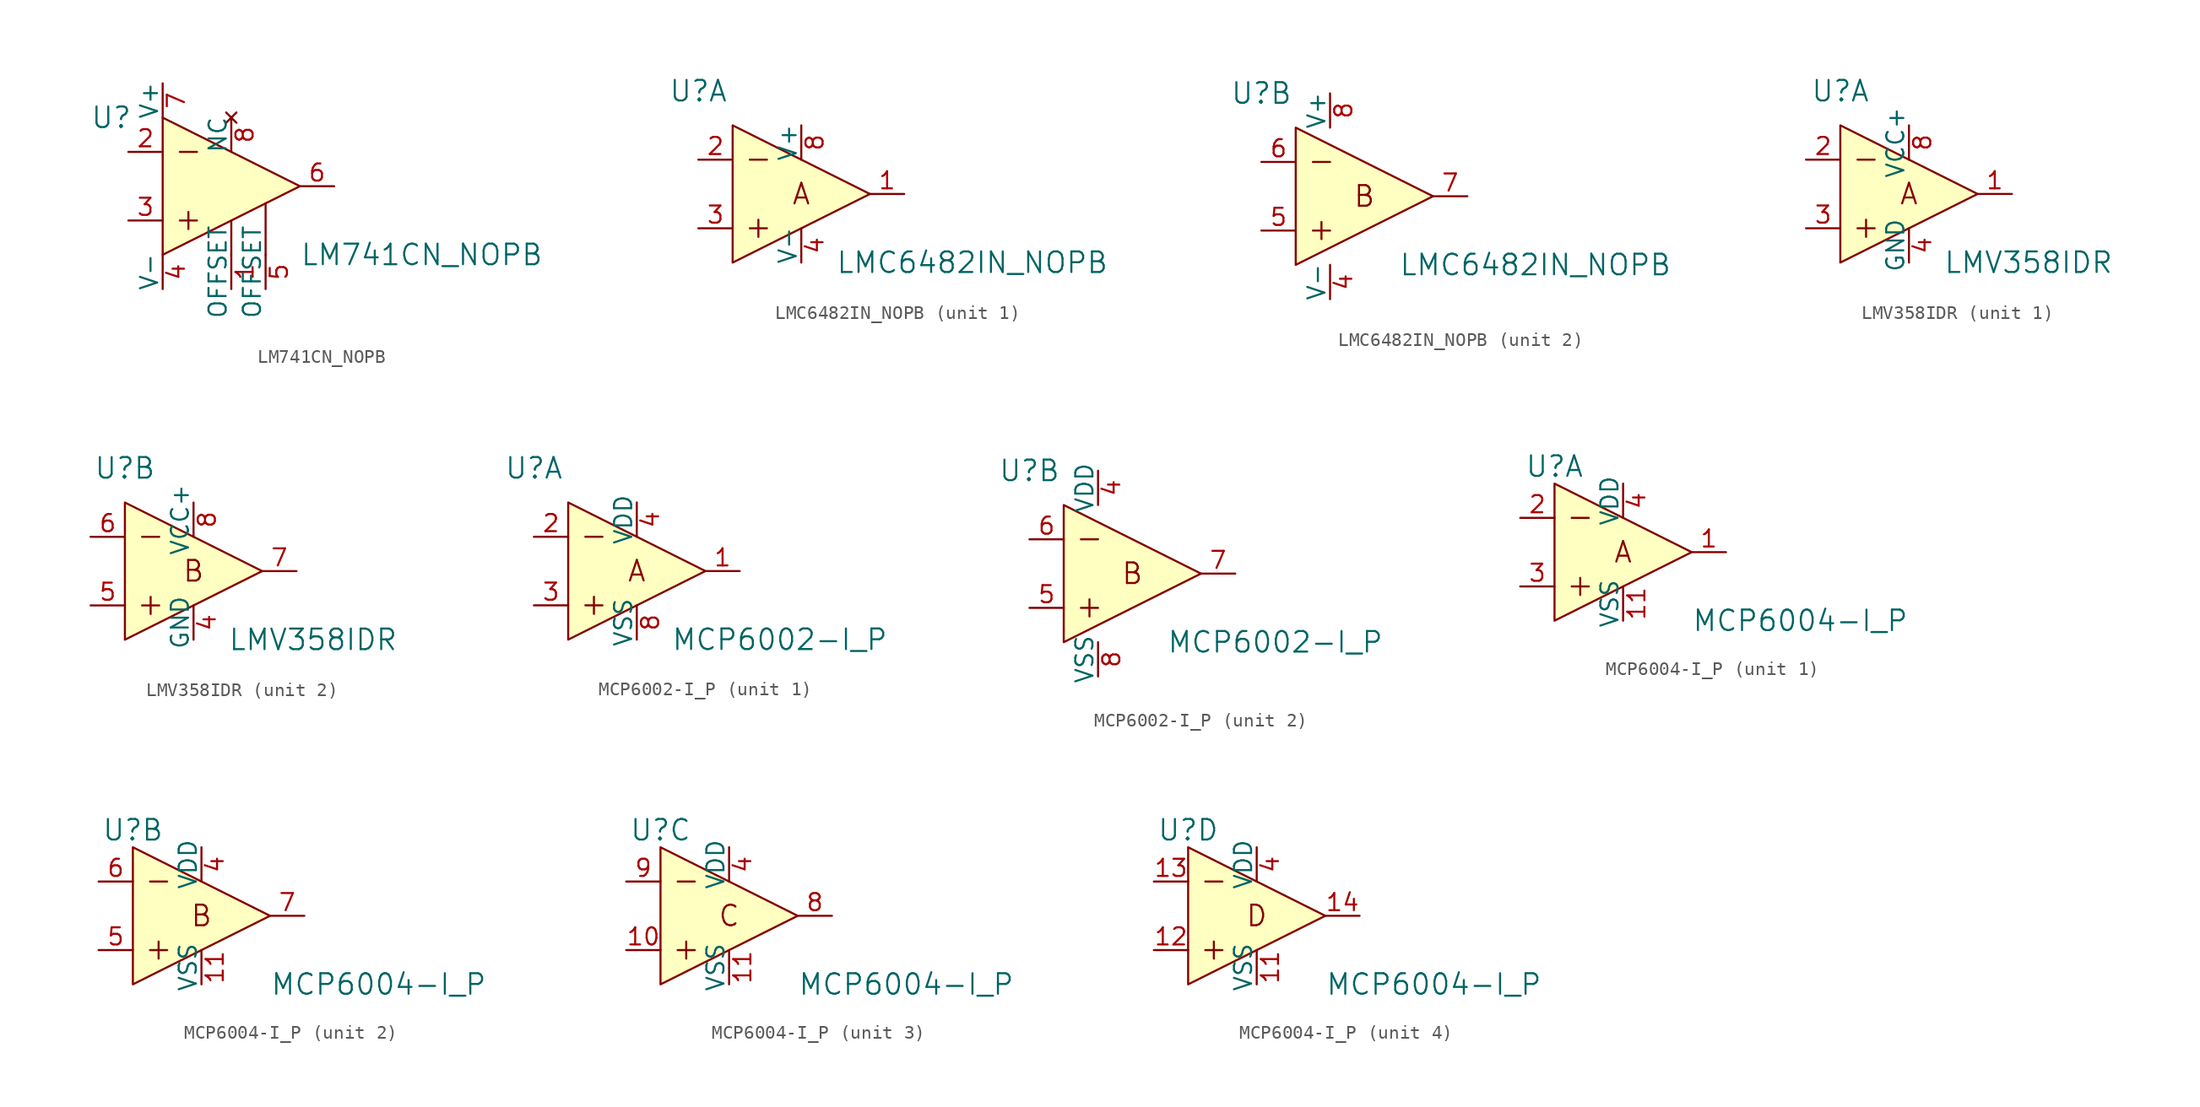
<source format=kicad_sym>
(kicad_symbol_lib
  (version 20220914)
  (generator kicad_symbol_editor)
  (symbol "LM741CN_NOPB"
    (pin_names
      (offset 0))
    (property "Reference" "U"
      (at -8.89 5.08 0)
      (effects (font (size 1.524 1.524))))
    (property "Value" "LM741CN_NOPB"
      (at 5.08 -5.08 0)
      (effects (font (size 1.524 1.524)) (justify left)))
    (symbol "LM741CN_NOPB_1_0"
      (polyline (pts (xy -3.81 -2.54) (xy -2.54 -2.54)) (stroke (width 0) (type default)) (fill (type none)))
      (polyline (pts (xy -3.81 2.54) (xy -2.54 2.54)) (stroke (width 0) (type default)) (fill (type none)))
      (polyline (pts (xy -3.175 -1.905) (xy -3.175 -3.175)) (stroke (width 0) (type default)) (fill (type none)))
      (polyline (pts (xy 0 -2.54) (xy 0 -5.08)) (stroke (width 0) (type default)) (fill (type none)))
      (polyline (pts (xy 2.54 -1.27) (xy 2.54 -5.08)) (stroke (width 0) (type default)) (fill (type none)))
      (polyline (pts (xy -5.08 5.08) (xy -5.08 -5.08) (xy 5.08 0) (xy -5.08 5.08)) (stroke (width 0) (type default)) (fill (type background))))
    (symbol "LM741CN_NOPB_1_1"
      (pin input line (at 0 -7.62 90) (length 2.54) (name "OFFSET" (effects (font (size 1.27 1.27)))) (number "1" (effects (font (size 1.27 1.27)))))
      (pin input line (at -7.62 2.54 0) (length 2.54) (name "~" (effects (font (size 1.27 1.27)))) (number "2" (effects (font (size 1.27 1.27)))))
      (pin input line (at -7.62 -2.54 0) (length 2.54) (name "~" (effects (font (size 1.27 1.27)))) (number "3" (effects (font (size 1.27 1.27)))))
      (pin power_in line (at -5.08 -7.62 90) (length 2.54) (name "V-" (effects (font (size 1.27 1.27)))) (number "4" (effects (font (size 1.27 1.27)))))
      (pin input line (at 2.54 -7.62 90) (length 2.54) (name "OFFSET" (effects (font (size 1.27 1.27)))) (number "5" (effects (font (size 1.27 1.27)))))
      (pin output line (at 7.62 0 180) (length 2.54) (name "~" (effects (font (size 1.27 1.27)))) (number "6" (effects (font (size 1.27 1.27)))))
      (pin power_in line (at -5.08 7.62 270) (length 2.54) (name "V+" (effects (font (size 1.27 1.27)))) (number "7" (effects (font (size 1.27 1.27)))))
      (pin no_connect line (at 0 5.08 270) (length 2.54) (name "NC" (effects (font (size 1.27 1.27)))) (number "8" (effects (font (size 1.27 1.27)))))))
  (symbol "LMC6482IN_NOPB"
    (pin_names
      (offset 0))
    (property "Reference" "U"
      (at -7.62 7.62 0)
      (effects (font (size 1.524 1.524))))
    (property "Value" "LMC6482IN_NOPB"
      (at 2.54 -5.08 0)
      (effects (font (size 1.524 1.524)) (justify left)))
    (property "ki_locked" ""
      (at 0 0 0)
      (effects (font (size 1.27 1.27))))
    (symbol "LMC6482IN_NOPB_0_1"
      (polyline (pts (xy -3.81 -2.54) (xy -2.54 -2.54)) (stroke (width 0) (type default)) (fill (type none)))
      (polyline (pts (xy -3.81 2.54) (xy -2.54 2.54)) (stroke (width 0) (type default)) (fill (type none)))
      (polyline (pts (xy -3.175 -1.905) (xy -3.175 -3.175)) (stroke (width 0) (type default)) (fill (type none)))
      (polyline (pts (xy -5.08 5.08) (xy -5.08 -5.08) (xy 5.08 0) (xy -5.08 5.08)) (stroke (width 0) (type default)) (fill (type background))))
    (symbol "LMC6482IN_NOPB_1_0"
      (text "A" (at 0 0 0) (effects (font (size 1.524 1.524)))))
    (symbol "LMC6482IN_NOPB_1_1"
      (pin output line (at 7.62 0 180) (length 2.54) (name "~" (effects (font (size 1.27 1.27)))) (number "1" (effects (font (size 1.27 1.27)))))
      (pin input line (at -7.62 2.54 0) (length 2.54) (name "~" (effects (font (size 1.27 1.27)))) (number "2" (effects (font (size 1.27 1.27)))))
      (pin input line (at -7.62 -2.54 0) (length 2.54) (name "~" (effects (font (size 1.27 1.27)))) (number "3" (effects (font (size 1.27 1.27)))))
      (pin power_in line (at 0 -5.08 90) (length 2.54) (name "V-" (effects (font (size 1.27 1.27)))) (number "4" (effects (font (size 1.27 1.27)))))
      (pin power_in line (at 0 5.08 270) (length 2.54) (name "V+" (effects (font (size 1.27 1.27)))) (number "8" (effects (font (size 1.27 1.27))))))
    (symbol "LMC6482IN_NOPB_2_0"
      (text "B" (at 0 0 0) (effects (font (size 1.524 1.524)))))
    (symbol "LMC6482IN_NOPB_2_1"
      (pin power_in line (at -2.54 -7.62 90) (length 2.54) (name "V-" (effects (font (size 1.27 1.27)))) (number "4" (effects (font (size 1.27 1.27)))))
      (pin input line (at -7.62 -2.54 0) (length 2.54) (name "~" (effects (font (size 1.27 1.27)))) (number "5" (effects (font (size 1.27 1.27)))))
      (pin input line (at -7.62 2.54 0) (length 2.54) (name "~" (effects (font (size 1.27 1.27)))) (number "6" (effects (font (size 1.27 1.27)))))
      (pin output line (at 7.62 0 180) (length 2.54) (name "~" (effects (font (size 1.27 1.27)))) (number "7" (effects (font (size 1.27 1.27)))))
      (pin power_in line (at -2.54 7.62 270) (length 2.54) (name "V+" (effects (font (size 1.27 1.27)))) (number "8" (effects (font (size 1.27 1.27)))))))
  (symbol "LMV358IDR"
    (pin_names
      (offset 0))
    (property "Reference" "U"
      (at -5.08 7.62 0)
      (effects (font (size 1.524 1.524))))
    (property "Value" "LMV358IDR"
      (at 2.54 -5.08 0)
      (effects (font (size 1.524 1.524)) (justify left)))
    (property "ki_locked" ""
      (at 0 0 0)
      (effects (font (size 1.27 1.27))))
    (symbol "LMV358IDR_0_0"
      (polyline (pts (xy -3.81 -2.54) (xy -2.54 -2.54)) (stroke (width 0) (type default)) (fill (type none)))
      (polyline (pts (xy -3.81 2.54) (xy -2.54 2.54)) (stroke (width 0) (type default)) (fill (type none)))
      (polyline (pts (xy -3.175 -1.905) (xy -3.175 -3.175)) (stroke (width 0) (type default)) (fill (type none)))
      (polyline (pts (xy -5.08 5.08) (xy -5.08 -5.08) (xy 5.08 0) (xy -5.08 5.08)) (stroke (width 0) (type default)) (fill (type background))))
    (symbol "LMV358IDR_1_0"
      (text "A" (at 0 0 0) (effects (font (size 1.524 1.524)))))
    (symbol "LMV358IDR_1_1"
      (pin output line (at 7.62 0 180) (length 2.54) (name "~" (effects (font (size 1.27 1.27)))) (number "1" (effects (font (size 1.27 1.27)))))
      (pin input line (at -7.62 2.54 0) (length 2.54) (name "~" (effects (font (size 1.27 1.27)))) (number "2" (effects (font (size 1.27 1.27)))))
      (pin input line (at -7.62 -2.54 0) (length 2.54) (name "~" (effects (font (size 1.27 1.27)))) (number "3" (effects (font (size 1.27 1.27)))))
      (pin power_in line (at 0 -5.08 90) (length 2.54) (name "GND" (effects (font (size 1.27 1.27)))) (number "4" (effects (font (size 1.27 1.27)))))
      (pin power_in line (at 0 5.08 270) (length 2.54) (name "VCC+" (effects (font (size 1.27 1.27)))) (number "8" (effects (font (size 1.27 1.27))))))
    (symbol "LMV358IDR_2_0"
      (text "B" (at 0 0 0) (effects (font (size 1.524 1.524)))))
    (symbol "LMV358IDR_2_1"
      (pin power_in line (at 0 -5.08 90) (length 2.54) (name "GND" (effects (font (size 1.27 1.27)))) (number "4" (effects (font (size 1.27 1.27)))))
      (pin input line (at -7.62 -2.54 0) (length 2.54) (name "~" (effects (font (size 1.27 1.27)))) (number "5" (effects (font (size 1.27 1.27)))))
      (pin input line (at -7.62 2.54 0) (length 2.54) (name "~" (effects (font (size 1.27 1.27)))) (number "6" (effects (font (size 1.27 1.27)))))
      (pin output line (at 7.62 0 180) (length 2.54) (name "~" (effects (font (size 1.27 1.27)))) (number "7" (effects (font (size 1.27 1.27)))))
      (pin power_in line (at 0 5.08 270) (length 2.54) (name "VCC+" (effects (font (size 1.27 1.27)))) (number "8" (effects (font (size 1.27 1.27)))))))
  (symbol "MCP6002-I_P"
    (pin_names
      (offset 0))
    (property "Reference" "U"
      (at -7.62 7.62 0)
      (effects (font (size 1.524 1.524))))
    (property "Value" "MCP6002-I_P"
      (at 2.54 -5.08 0)
      (effects (font (size 1.524 1.524)) (justify left)))
    (property "ki_locked" ""
      (at 0 0 0)
      (effects (font (size 1.27 1.27))))
    (symbol "MCP6002-I_P_0_1"
      (polyline (pts (xy -3.81 -2.54) (xy -2.54 -2.54)) (stroke (width 0) (type default)) (fill (type none)))
      (polyline (pts (xy -3.81 2.54) (xy -2.54 2.54)) (stroke (width 0) (type default)) (fill (type none)))
      (polyline (pts (xy -3.175 -1.905) (xy -3.175 -3.175)) (stroke (width 0) (type default)) (fill (type none)))
      (polyline (pts (xy -5.08 5.08) (xy -5.08 -5.08) (xy 5.08 0) (xy -5.08 5.08)) (stroke (width 0) (type default)) (fill (type background))))
    (symbol "MCP6002-I_P_1_0"
      (text "A" (at 0 0 0) (effects (font (size 1.524 1.524)))))
    (symbol "MCP6002-I_P_1_1"
      (pin output line (at 7.62 0 180) (length 2.54) (name "~" (effects (font (size 1.27 1.27)))) (number "1" (effects (font (size 1.27 1.27)))))
      (pin input line (at -7.62 2.54 0) (length 2.54) (name "~" (effects (font (size 1.27 1.27)))) (number "2" (effects (font (size 1.27 1.27)))))
      (pin input line (at -7.62 -2.54 0) (length 2.54) (name "~" (effects (font (size 1.27 1.27)))) (number "3" (effects (font (size 1.27 1.27)))))
      (pin power_in line (at 0 5.08 270) (length 2.54) (name "VDD" (effects (font (size 1.27 1.27)))) (number "4" (effects (font (size 1.27 1.27)))))
      (pin power_in line (at 0 -5.08 90) (length 2.54) (name "VSS" (effects (font (size 1.27 1.27)))) (number "8" (effects (font (size 1.27 1.27))))))
    (symbol "MCP6002-I_P_2_0"
      (text "B" (at 0 0 0) (effects (font (size 1.524 1.524)))))
    (symbol "MCP6002-I_P_2_1"
      (pin power_in line (at -2.54 7.62 270) (length 2.54) (name "VDD" (effects (font (size 1.27 1.27)))) (number "4" (effects (font (size 1.27 1.27)))))
      (pin input line (at -7.62 -2.54 0) (length 2.54) (name "~" (effects (font (size 1.27 1.27)))) (number "5" (effects (font (size 1.27 1.27)))))
      (pin input line (at -7.62 2.54 0) (length 2.54) (name "~" (effects (font (size 1.27 1.27)))) (number "6" (effects (font (size 1.27 1.27)))))
      (pin output line (at 7.62 0 180) (length 2.54) (name "~" (effects (font (size 1.27 1.27)))) (number "7" (effects (font (size 1.27 1.27)))))
      (pin power_in line (at -2.54 -7.62 90) (length 2.54) (name "VSS" (effects (font (size 1.27 1.27)))) (number "8" (effects (font (size 1.27 1.27)))))))
  (symbol "MCP6004-I_P"
    (pin_names
      (offset 0))
    (property "Reference" "U"
      (at -5.08 6.35 0)
      (effects (font (size 1.524 1.524))))
    (property "Value" "MCP6004-I_P"
      (at 5.08 -5.08 0)
      (effects (font (size 1.524 1.524)) (justify left)))
    (property "ki_locked" ""
      (at 0 0 0)
      (effects (font (size 1.27 1.27))))
    (symbol "MCP6004-I_P_0_0"
      (polyline (pts (xy -3.81 -2.54) (xy -2.54 -2.54)) (stroke (width 0) (type default)) (fill (type none)))
      (polyline (pts (xy -3.81 2.54) (xy -2.54 2.54)) (stroke (width 0) (type default)) (fill (type none)))
      (polyline (pts (xy -3.175 -1.905) (xy -3.175 -3.175)) (stroke (width 0) (type default)) (fill (type none)))
      (polyline (pts (xy -5.08 5.08) (xy -5.08 -5.08) (xy 5.08 0) (xy -5.08 5.08)) (stroke (width 0) (type default)) (fill (type background))))
    (symbol "MCP6004-I_P_1_0"
      (text "A" (at 0 0 0) (effects (font (size 1.524 1.524)))))
    (symbol "MCP6004-I_P_1_1"
      (pin output line (at 7.62 0 180) (length 2.54) (name "~" (effects (font (size 1.27 1.27)))) (number "1" (effects (font (size 1.27 1.27)))))
      (pin power_in line (at 0 -5.08 90) (length 2.54) (name "VSS" (effects (font (size 1.27 1.27)))) (number "11" (effects (font (size 1.27 1.27)))))
      (pin input line (at -7.62 2.54 0) (length 2.54) (name "~" (effects (font (size 1.27 1.27)))) (number "2" (effects (font (size 1.27 1.27)))))
      (pin input line (at -7.62 -2.54 0) (length 2.54) (name "~" (effects (font (size 1.27 1.27)))) (number "3" (effects (font (size 1.27 1.27)))))
      (pin power_in line (at 0 5.08 270) (length 2.54) (name "VDD" (effects (font (size 1.27 1.27)))) (number "4" (effects (font (size 1.27 1.27))))))
    (symbol "MCP6004-I_P_2_0"
      (text "B" (at 0 0 0) (effects (font (size 1.524 1.524)))))
    (symbol "MCP6004-I_P_2_1"
      (pin power_in line (at 0 -5.08 90) (length 2.54) (name "VSS" (effects (font (size 1.27 1.27)))) (number "11" (effects (font (size 1.27 1.27)))))
      (pin power_in line (at 0 5.08 270) (length 2.54) (name "VDD" (effects (font (size 1.27 1.27)))) (number "4" (effects (font (size 1.27 1.27)))))
      (pin input line (at -7.62 -2.54 0) (length 2.54) (name "~" (effects (font (size 1.27 1.27)))) (number "5" (effects (font (size 1.27 1.27)))))
      (pin input line (at -7.62 2.54 0) (length 2.54) (name "~" (effects (font (size 1.27 1.27)))) (number "6" (effects (font (size 1.27 1.27)))))
      (pin output line (at 7.62 0 180) (length 2.54) (name "~" (effects (font (size 1.27 1.27)))) (number "7" (effects (font (size 1.27 1.27))))))
    (symbol "MCP6004-I_P_3_0"
      (text "C" (at 0 0 0) (effects (font (size 1.524 1.524)))))
    (symbol "MCP6004-I_P_3_1"
      (pin input line (at -7.62 -2.54 0) (length 2.54) (name "~" (effects (font (size 1.27 1.27)))) (number "10" (effects (font (size 1.27 1.27)))))
      (pin power_in line (at 0 -5.08 90) (length 2.54) (name "VSS" (effects (font (size 1.27 1.27)))) (number "11" (effects (font (size 1.27 1.27)))))
      (pin power_in line (at 0 5.08 270) (length 2.54) (name "VDD" (effects (font (size 1.27 1.27)))) (number "4" (effects (font (size 1.27 1.27)))))
      (pin output line (at 7.62 0 180) (length 2.54) (name "~" (effects (font (size 1.27 1.27)))) (number "8" (effects (font (size 1.27 1.27)))))
      (pin input line (at -7.62 2.54 0) (length 2.54) (name "~" (effects (font (size 1.27 1.27)))) (number "9" (effects (font (size 1.27 1.27))))))
    (symbol "MCP6004-I_P_4_0"
      (text "D" (at 0 0 0) (effects (font (size 1.524 1.524)))))
    (symbol "MCP6004-I_P_4_1"
      (pin power_in line (at 0 -5.08 90) (length 2.54) (name "VSS" (effects (font (size 1.27 1.27)))) (number "11" (effects (font (size 1.27 1.27)))))
      (pin input line (at -7.62 -2.54 0) (length 2.54) (name "~" (effects (font (size 1.27 1.27)))) (number "12" (effects (font (size 1.27 1.27)))))
      (pin input line (at -7.62 2.54 0) (length 2.54) (name "~" (effects (font (size 1.27 1.27)))) (number "13" (effects (font (size 1.27 1.27)))))
      (pin output line (at 7.62 0 180) (length 2.54) (name "~" (effects (font (size 1.27 1.27)))) (number "14" (effects (font (size 1.27 1.27)))))
      (pin power_in line (at 0 5.08 270) (length 2.54) (name "VDD" (effects (font (size 1.27 1.27)))) (number "4" (effects (font (size 1.27 1.27))))))))
</source>
